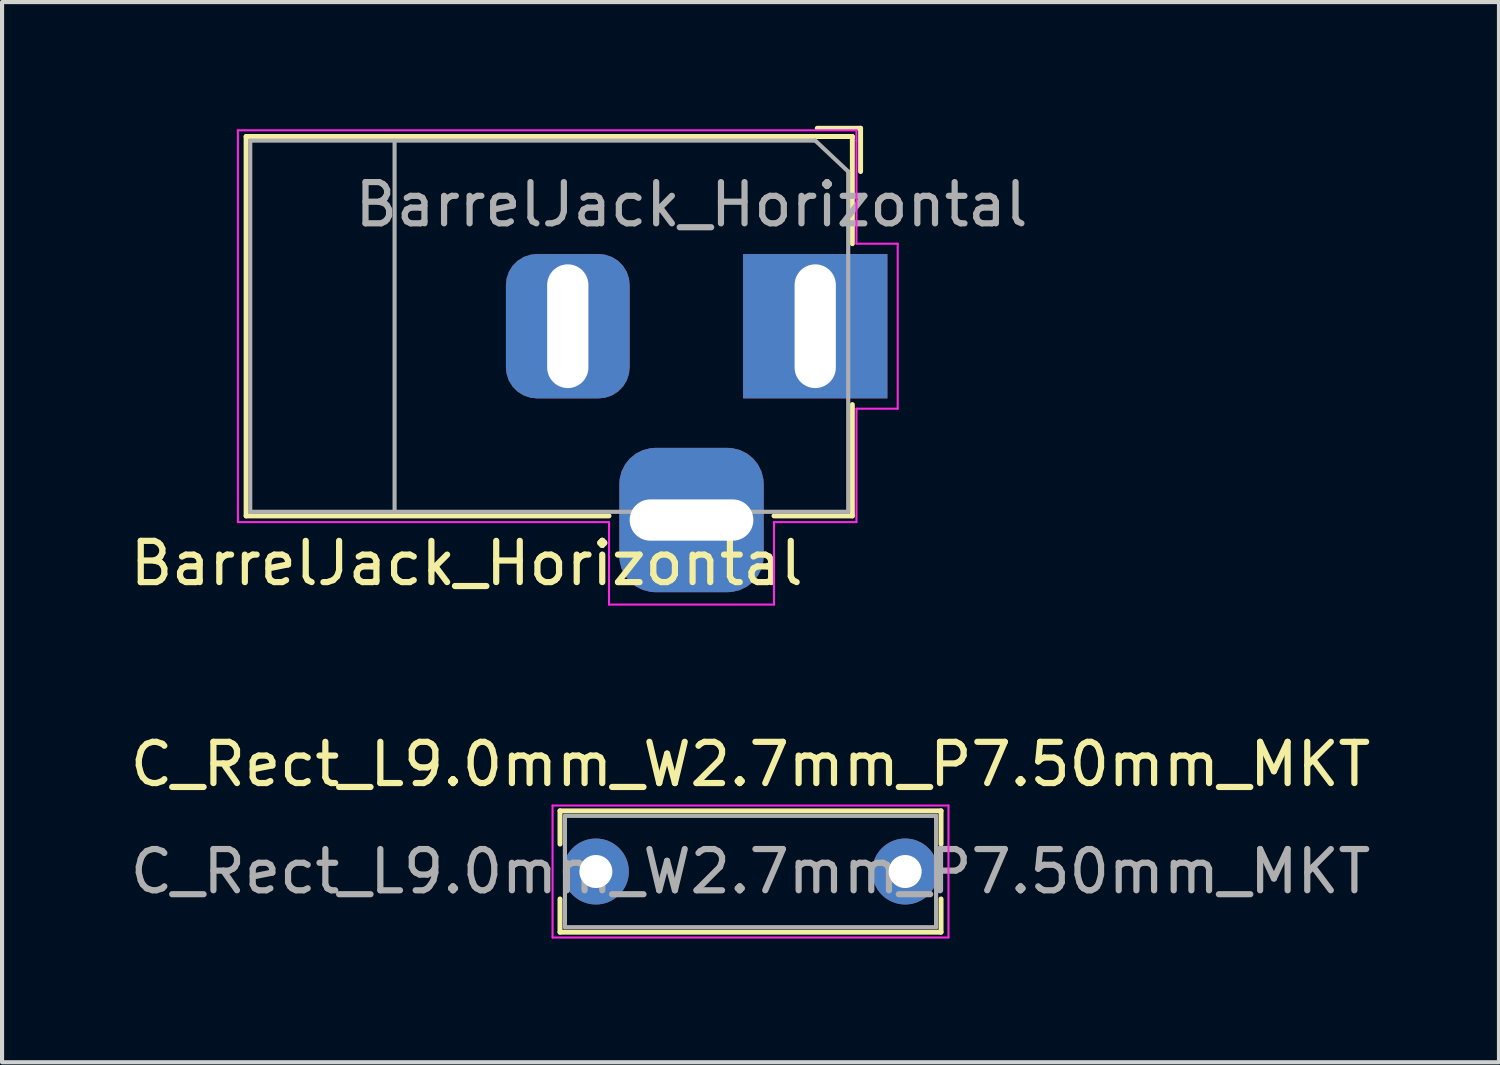
<source format=kicad_pcb>
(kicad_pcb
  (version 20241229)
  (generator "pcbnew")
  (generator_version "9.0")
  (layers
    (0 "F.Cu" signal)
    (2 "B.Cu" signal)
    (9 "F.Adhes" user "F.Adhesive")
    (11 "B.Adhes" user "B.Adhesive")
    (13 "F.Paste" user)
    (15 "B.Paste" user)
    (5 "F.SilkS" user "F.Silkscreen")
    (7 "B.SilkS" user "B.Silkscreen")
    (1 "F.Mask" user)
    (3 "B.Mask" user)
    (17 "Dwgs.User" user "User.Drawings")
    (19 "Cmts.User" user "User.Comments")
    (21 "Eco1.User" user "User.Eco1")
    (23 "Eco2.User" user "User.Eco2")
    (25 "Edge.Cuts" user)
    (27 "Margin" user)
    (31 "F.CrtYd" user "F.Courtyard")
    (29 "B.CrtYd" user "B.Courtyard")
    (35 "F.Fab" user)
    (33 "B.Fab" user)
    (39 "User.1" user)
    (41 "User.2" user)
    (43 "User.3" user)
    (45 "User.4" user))
  (footprint "BarrelJack_Horizontal"
    (layer "F.Cu")
    (at 16.718 4.86)
    (property "Reference" "BarrelJack_Horizontal" (at -8.45 5.75 0) (layer "F.SilkS") (effects (font (size 1 1) (thickness 0.15))))
    (attr through_hole)
    (fp_line (start -13.8 -4.6) (end 0.9 -4.6) (stroke (width 0.12) (type solid)) (layer "F.SilkS"))
    (fp_line (start -13.8 4.6) (end -13.8 -4.6) (stroke (width 0.12) (type solid)) (layer "F.SilkS"))
    (fp_line (start -5 4.6) (end -13.8 4.6) (stroke (width 0.12) (type solid)) (layer "F.SilkS"))
    (fp_line (start 0.05 -4.8) (end 1.1 -4.8) (stroke (width 0.12) (type solid)) (layer "F.SilkS"))
    (fp_line (start 0.9 -4.6) (end 0.9 -2) (stroke (width 0.12) (type solid)) (layer "F.SilkS"))
    (fp_line (start 0.9 1.9) (end 0.9 4.6) (stroke (width 0.12) (type solid)) (layer "F.SilkS"))
    (fp_line (start 0.9 4.6) (end -1 4.6) (stroke (width 0.12) (type solid)) (layer "F.SilkS"))
    (fp_line (start 1.1 -3.75) (end 1.1 -4.8) (stroke (width 0.12) (type solid)) (layer "F.SilkS"))
    (fp_line (start -14 4.75) (end -14 -4.75) (stroke (width 0.05) (type solid)) (layer "F.CrtYd"))
    (fp_line (start -5 4.75) (end -14 4.75) (stroke (width 0.05) (type solid)) (layer "F.CrtYd"))
    (fp_line (start -5 6.75) (end -5 4.75) (stroke (width 0.05) (type solid)) (layer "F.CrtYd"))
    (fp_line (start -1 4.75) (end -1 6.75) (stroke (width 0.05) (type solid)) (layer "F.CrtYd"))
    (fp_line (start -1 6.75) (end -5 6.75) (stroke (width 0.05) (type solid)) (layer "F.CrtYd"))
    (fp_line (start 1 -4.75) (end -14 -4.75) (stroke (width 0.05) (type solid)) (layer "F.CrtYd"))
    (fp_line (start 1 -4.5) (end 1 -4.75) (stroke (width 0.05) (type solid)) (layer "F.CrtYd"))
    (fp_line (start 1 -4.5) (end 1 -2) (stroke (width 0.05) (type solid)) (layer "F.CrtYd"))
    (fp_line (start 1 -2) (end 2 -2) (stroke (width 0.05) (type solid)) (layer "F.CrtYd"))
    (fp_line (start 1 2) (end 1 4.75) (stroke (width 0.05) (type solid)) (layer "F.CrtYd"))
    (fp_line (start 1 4.75) (end -1 4.75) (stroke (width 0.05) (type solid)) (layer "F.CrtYd"))
    (fp_line (start 2 -2) (end 2 2) (stroke (width 0.05) (type solid)) (layer "F.CrtYd"))
    (fp_line (start 2 2) (end 1 2) (stroke (width 0.05) (type solid)) (layer "F.CrtYd"))
    (fp_line (start -13.7 -4.5) (end -13.7 4.5) (stroke (width 0.1) (type solid)) (layer "F.Fab"))
    (fp_line (start -13.7 4.5) (end 0.8 4.5) (stroke (width 0.1) (type solid)) (layer "F.Fab"))
    (fp_line (start -10.2 -4.5) (end -10.2 4.5) (stroke (width 0.1) (type solid)) (layer "F.Fab"))
    (fp_line (start -0.003 -4.505) (end 0.8 -3.75) (stroke (width 0.1) (type solid)) (layer "F.Fab"))
    (fp_line (start 0 -4.5) (end -13.7 -4.5) (stroke (width 0.1) (type solid)) (layer "F.Fab"))
    (fp_line (start 0.8 4.5) (end 0.8 -3.75) (stroke (width 0.1) (type solid)) (layer "F.Fab"))
    (fp_text user "${REFERENCE}" (at -3 -2.95 0) (layer "F.Fab") (effects (font (size 1 1) (thickness 0.15))))
    (pad "1" thru_hole rect (at 0 0) (size 3.5 3.5) (drill oval 1 3) (layers "*.Cu" "*.Mask"))
    (pad "2" thru_hole roundrect (at -6 0) (size 3 3.5) (drill oval 1 3) (layers "*.Cu" "*.Mask") (roundrect_rratio 0.25))
    (pad "3" thru_hole roundrect (at -3 4.7) (size 3.5 3.5) (drill oval 3 1) (layers "*.Cu" "*.Mask") (roundrect_rratio 0.25)))
  (footprint "C_Rect_L9.0mm_W2.7mm_P7.50mm_MKT"
    (layer "F.Cu")
    (at 11.399 18.083)
    (property "Reference" "C_Rect_L9.0mm_W2.7mm_P7.50mm_MKT" (at 3.75 -2.6 180) (layer "F.SilkS") (effects (font (size 1 1) (thickness 0.15))))
    (attr through_hole)
    (fp_line (start -0.87 -1.471) (end -0.87 -0.665) (stroke (width 0.12) (type solid)) (layer "F.SilkS"))
    (fp_line (start -0.87 -1.471) (end 8.37 -1.471) (stroke (width 0.12) (type solid)) (layer "F.SilkS"))
    (fp_line (start -0.87 0.665) (end -0.87 1.471) (stroke (width 0.12) (type solid)) (layer "F.SilkS"))
    (fp_line (start -0.87 1.471) (end 8.37 1.471) (stroke (width 0.12) (type solid)) (layer "F.SilkS"))
    (fp_line (start 8.37 -1.471) (end 8.37 -0.665) (stroke (width 0.12) (type solid)) (layer "F.SilkS"))
    (fp_line (start 8.37 0.665) (end 8.37 1.471) (stroke (width 0.12) (type solid)) (layer "F.SilkS"))
    (fp_line (start -1.05 -1.6) (end -1.05 1.6) (stroke (width 0.05) (type solid)) (layer "F.CrtYd"))
    (fp_line (start -1.05 1.6) (end 8.55 1.6) (stroke (width 0.05) (type solid)) (layer "F.CrtYd"))
    (fp_line (start 8.55 -1.6) (end -1.05 -1.6) (stroke (width 0.05) (type solid)) (layer "F.CrtYd"))
    (fp_line (start 8.55 1.6) (end 8.55 -1.6) (stroke (width 0.05) (type solid)) (layer "F.CrtYd"))
    (fp_line (start -0.75 -1.35) (end -0.75 1.35) (stroke (width 0.1) (type solid)) (layer "F.Fab"))
    (fp_line (start -0.75 1.35) (end 8.25 1.35) (stroke (width 0.1) (type solid)) (layer "F.Fab"))
    (fp_line (start 8.25 -1.35) (end -0.75 -1.35) (stroke (width 0.1) (type solid)) (layer "F.Fab"))
    (fp_line (start 8.25 1.35) (end 8.25 -1.35) (stroke (width 0.1) (type solid)) (layer "F.Fab"))
    (fp_text user "${REFERENCE}" (at 3.75 0 180) (layer "F.Fab") (effects (font (size 1 1) (thickness 0.15))))
    (pad "1" thru_hole circle (at 0 0) (size 1.6 1.6) (drill 0.8) (layers "*.Cu" "*.Mask"))
    (pad "2" thru_hole circle (at 7.5 0) (size 1.6 1.6) (drill 0.8) (layers "*.Cu" "*.Mask")))
  (gr_rect
    (start -3 -3)
    (end 33.298 22.708)
    (stroke (width 0.1) (type default))
    (fill no)
    (layer "Edge.Cuts")))
</source>
